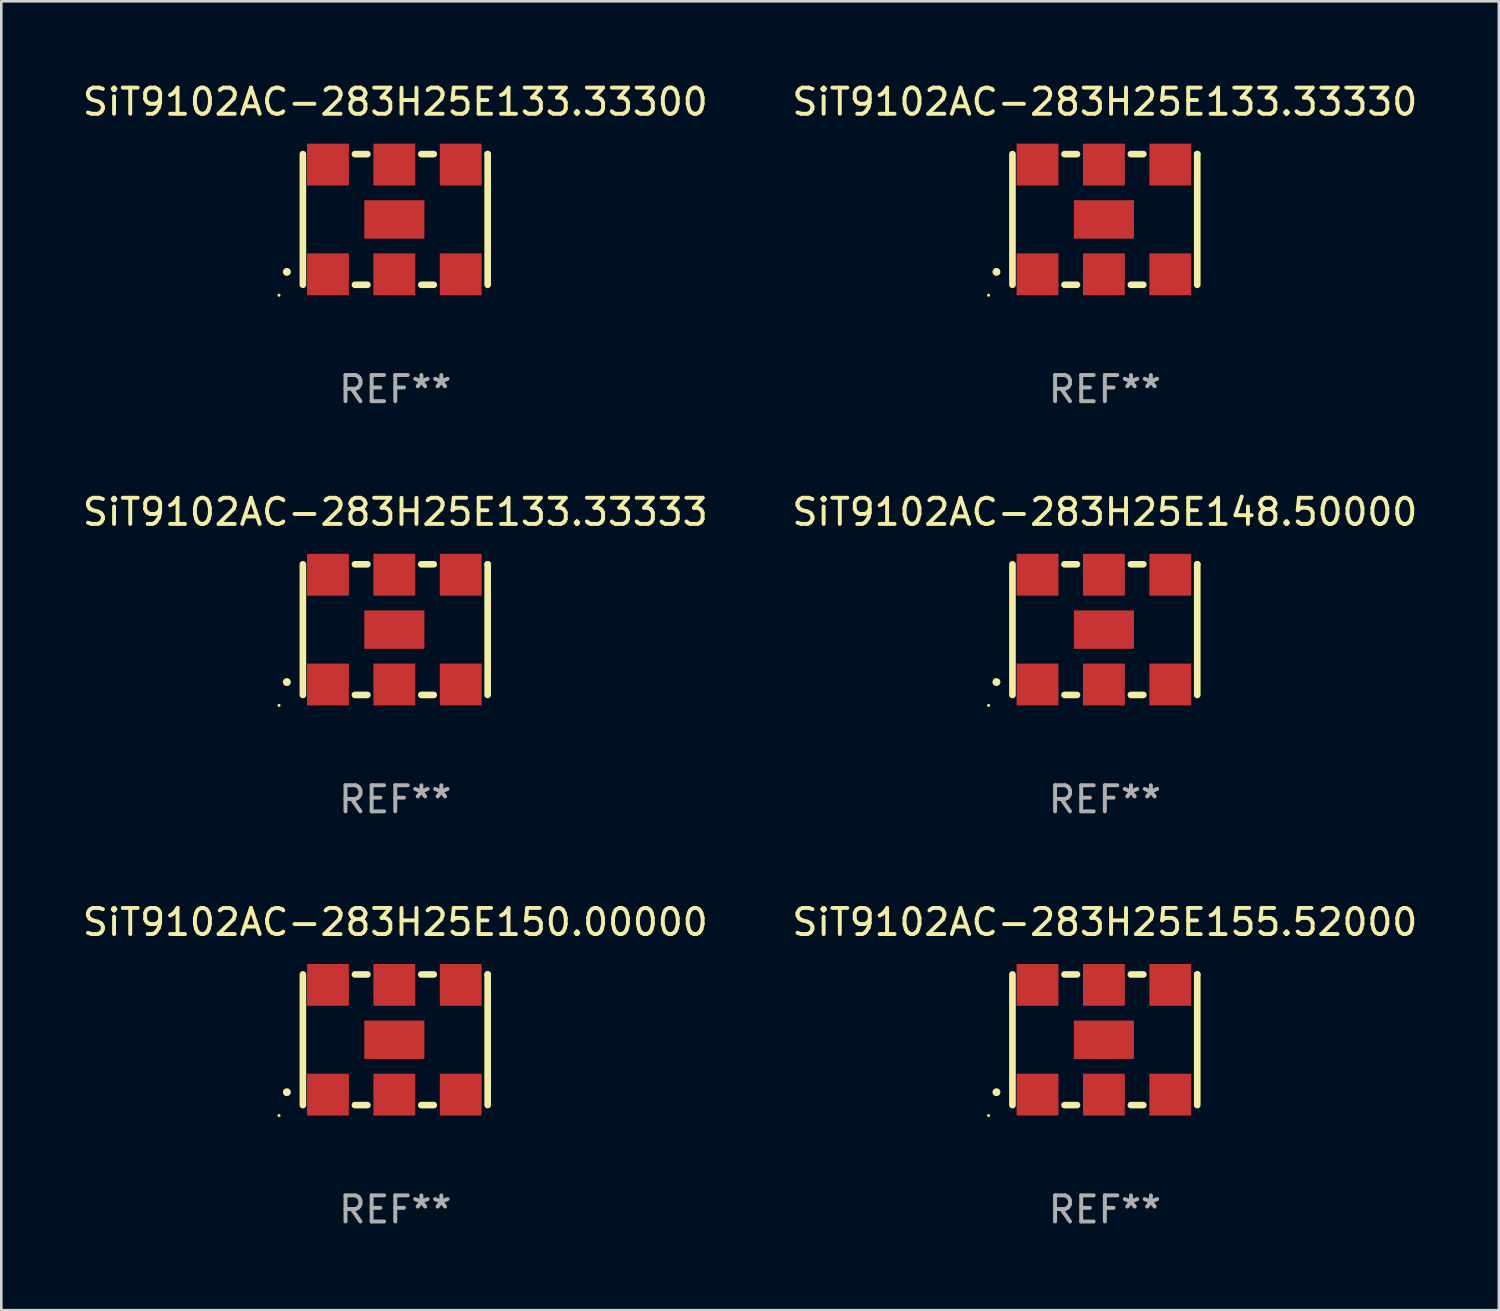
<source format=kicad_pcb>
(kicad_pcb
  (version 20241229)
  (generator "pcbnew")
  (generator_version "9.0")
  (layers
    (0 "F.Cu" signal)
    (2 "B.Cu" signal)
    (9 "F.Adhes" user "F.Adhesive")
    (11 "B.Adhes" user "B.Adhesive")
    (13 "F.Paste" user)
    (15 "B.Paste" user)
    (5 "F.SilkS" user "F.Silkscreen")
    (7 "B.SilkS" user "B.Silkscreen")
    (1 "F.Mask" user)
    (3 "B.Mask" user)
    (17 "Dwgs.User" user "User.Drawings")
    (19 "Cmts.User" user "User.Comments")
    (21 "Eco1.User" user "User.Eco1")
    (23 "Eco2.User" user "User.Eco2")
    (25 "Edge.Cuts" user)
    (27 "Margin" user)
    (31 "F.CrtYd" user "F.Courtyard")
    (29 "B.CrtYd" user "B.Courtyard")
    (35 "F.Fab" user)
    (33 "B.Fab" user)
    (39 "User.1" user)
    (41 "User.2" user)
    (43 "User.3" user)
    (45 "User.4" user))
  (footprint "SiT9102AC-283H25E133.33333"
    (layer "F.Cu")
    (at 12.077 21.045)
    (property "Reference" "SiT9102AC-283H25E133.33333" (at 0 -4.5 0) (layer "F.SilkS") (effects (font (size 1 1) (thickness 0.15))))
    (attr through_hole)
    (fp_line (start -3.536 -2.5) (end -3.536 2.5) (stroke (width 0.254) (type solid)) (layer "F.SilkS"))
    (fp_line (start -1.544 2.5) (end -1.067 2.5) (stroke (width 0.254) (type solid)) (layer "F.SilkS"))
    (fp_line (start -1.067 -2.5) (end -1.544 -2.5) (stroke (width 0.254) (type solid)) (layer "F.SilkS"))
    (fp_line (start 0.996 2.5) (end 1.473 2.5) (stroke (width 0.254) (type solid)) (layer "F.SilkS"))
    (fp_line (start 1.473 -2.5) (end 0.996 -2.5) (stroke (width 0.254) (type solid)) (layer "F.SilkS"))
    (fp_line (start 3.536 -2.5) (end 3.536 -2.5) (stroke (width 0.254) (type solid)) (layer "F.SilkS"))
    (fp_line (start 3.536 2.5) (end 3.536 -2.5) (stroke (width 0.254) (type solid)) (layer "F.SilkS"))
    (fp_arc (start -4.150432 2.006604) (mid -4.149162 2.006599) (end -4.147892 2.006604) (stroke (width 0.3) (type solid)) (layer "F.SilkS"))
    (fp_circle (center -4.449 2.9) (end -4.419 2.9) (stroke (width 0.06) (type solid)) (fill no) (layer "F.SilkS"))
    (fp_text user "REF**" (at 0 6.5 0) (layer "F.Fab") (effects (font (size 1 1) (thickness 0.15))))
    (pad "1" smd rect (at -2.576 2.1) (size 1.6 1.6) (layers "F.Cu" "F.Mask" "F.Paste"))
    (pad "2" smd rect (at -0.036 2.1) (size 1.6 1.6) (layers "F.Cu" "F.Mask" "F.Paste"))
    (pad "3" smd rect (at 2.504 2.1) (size 1.6 1.6) (layers "F.Cu" "F.Mask" "F.Paste"))
    (pad "4" smd rect (at 2.504 -2.1) (size 1.6 1.6) (layers "F.Cu" "F.Mask" "F.Paste"))
    (pad "5" smd rect (at -0.036 -2.1) (size 1.6 1.6) (layers "F.Cu" "F.Mask" "F.Paste"))
    (pad "6" smd rect (at -2.576 -2.1) (size 1.6 1.6) (layers "F.Cu" "F.Mask" "F.Paste"))
    (pad "7" smd rect (at -0.036 0) (size 2.3 1.47) (layers "F.Cu" "F.Mask" "F.Paste")))
  (footprint "SiT9102AC-283H25E133.33300"
    (layer "F.Cu")
    (at 12.077 5.348)
    (property "Reference" "SiT9102AC-283H25E133.33300" (at 0 -4.5 0) (layer "F.SilkS") (effects (font (size 1 1) (thickness 0.15))))
    (attr through_hole)
    (fp_line (start -3.536 -2.5) (end -3.536 2.5) (stroke (width 0.254) (type solid)) (layer "F.SilkS"))
    (fp_line (start -1.544 2.5) (end -1.067 2.5) (stroke (width 0.254) (type solid)) (layer "F.SilkS"))
    (fp_line (start -1.067 -2.5) (end -1.544 -2.5) (stroke (width 0.254) (type solid)) (layer "F.SilkS"))
    (fp_line (start 0.996 2.5) (end 1.473 2.5) (stroke (width 0.254) (type solid)) (layer "F.SilkS"))
    (fp_line (start 1.473 -2.5) (end 0.996 -2.5) (stroke (width 0.254) (type solid)) (layer "F.SilkS"))
    (fp_line (start 3.536 -2.5) (end 3.536 -2.5) (stroke (width 0.254) (type solid)) (layer "F.SilkS"))
    (fp_line (start 3.536 2.5) (end 3.536 -2.5) (stroke (width 0.254) (type solid)) (layer "F.SilkS"))
    (fp_arc (start -4.150432 2.006604) (mid -4.149162 2.006599) (end -4.147892 2.006604) (stroke (width 0.3) (type solid)) (layer "F.SilkS"))
    (fp_circle (center -4.449 2.9) (end -4.419 2.9) (stroke (width 0.06) (type solid)) (fill no) (layer "F.SilkS"))
    (fp_text user "REF**" (at 0 6.5 0) (layer "F.Fab") (effects (font (size 1 1) (thickness 0.15))))
    (pad "1" smd rect (at -2.576 2.1) (size 1.6 1.6) (layers "F.Cu" "F.Mask" "F.Paste"))
    (pad "2" smd rect (at -0.036 2.1) (size 1.6 1.6) (layers "F.Cu" "F.Mask" "F.Paste"))
    (pad "3" smd rect (at 2.504 2.1) (size 1.6 1.6) (layers "F.Cu" "F.Mask" "F.Paste"))
    (pad "4" smd rect (at 2.504 -2.1) (size 1.6 1.6) (layers "F.Cu" "F.Mask" "F.Paste"))
    (pad "5" smd rect (at -0.036 -2.1) (size 1.6 1.6) (layers "F.Cu" "F.Mask" "F.Paste"))
    (pad "6" smd rect (at -2.576 -2.1) (size 1.6 1.6) (layers "F.Cu" "F.Mask" "F.Paste"))
    (pad "7" smd rect (at -0.036 0) (size 2.3 1.47) (layers "F.Cu" "F.Mask" "F.Paste")))
  (footprint "SiT9102AC-283H25E133.33330"
    (layer "F.Cu")
    (at 39.232 5.348)
    (property "Reference" "SiT9102AC-283H25E133.33330" (at 0 -4.5 0) (layer "F.SilkS") (effects (font (size 1 1) (thickness 0.15))))
    (attr through_hole)
    (fp_line (start -3.536 -2.5) (end -3.536 2.5) (stroke (width 0.254) (type solid)) (layer "F.SilkS"))
    (fp_line (start -1.544 2.5) (end -1.067 2.5) (stroke (width 0.254) (type solid)) (layer "F.SilkS"))
    (fp_line (start -1.067 -2.5) (end -1.544 -2.5) (stroke (width 0.254) (type solid)) (layer "F.SilkS"))
    (fp_line (start 0.996 2.5) (end 1.473 2.5) (stroke (width 0.254) (type solid)) (layer "F.SilkS"))
    (fp_line (start 1.473 -2.5) (end 0.996 -2.5) (stroke (width 0.254) (type solid)) (layer "F.SilkS"))
    (fp_line (start 3.536 -2.5) (end 3.536 -2.5) (stroke (width 0.254) (type solid)) (layer "F.SilkS"))
    (fp_line (start 3.536 2.5) (end 3.536 -2.5) (stroke (width 0.254) (type solid)) (layer "F.SilkS"))
    (fp_arc (start -4.150432 2.006604) (mid -4.149162 2.006599) (end -4.147892 2.006604) (stroke (width 0.3) (type solid)) (layer "F.SilkS"))
    (fp_circle (center -4.449 2.9) (end -4.419 2.9) (stroke (width 0.06) (type solid)) (fill no) (layer "F.SilkS"))
    (fp_text user "REF**" (at 0 6.5 0) (layer "F.Fab") (effects (font (size 1 1) (thickness 0.15))))
    (pad "1" smd rect (at -2.576 2.1) (size 1.6 1.6) (layers "F.Cu" "F.Mask" "F.Paste"))
    (pad "2" smd rect (at -0.036 2.1) (size 1.6 1.6) (layers "F.Cu" "F.Mask" "F.Paste"))
    (pad "3" smd rect (at 2.504 2.1) (size 1.6 1.6) (layers "F.Cu" "F.Mask" "F.Paste"))
    (pad "4" smd rect (at 2.504 -2.1) (size 1.6 1.6) (layers "F.Cu" "F.Mask" "F.Paste"))
    (pad "5" smd rect (at -0.036 -2.1) (size 1.6 1.6) (layers "F.Cu" "F.Mask" "F.Paste"))
    (pad "6" smd rect (at -2.576 -2.1) (size 1.6 1.6) (layers "F.Cu" "F.Mask" "F.Paste"))
    (pad "7" smd rect (at -0.036 0) (size 2.3 1.47) (layers "F.Cu" "F.Mask" "F.Paste")))
  (footprint "SiT9102AC-283H25E155.52000"
    (layer "F.Cu")
    (at 39.232 36.741)
    (property "Reference" "SiT9102AC-283H25E155.52000" (at 0 -4.5 0) (layer "F.SilkS") (effects (font (size 1 1) (thickness 0.15))))
    (attr through_hole)
    (fp_line (start -3.536 -2.5) (end -3.536 2.5) (stroke (width 0.254) (type solid)) (layer "F.SilkS"))
    (fp_line (start -1.544 2.5) (end -1.067 2.5) (stroke (width 0.254) (type solid)) (layer "F.SilkS"))
    (fp_line (start -1.067 -2.5) (end -1.544 -2.5) (stroke (width 0.254) (type solid)) (layer "F.SilkS"))
    (fp_line (start 0.996 2.5) (end 1.473 2.5) (stroke (width 0.254) (type solid)) (layer "F.SilkS"))
    (fp_line (start 1.473 -2.5) (end 0.996 -2.5) (stroke (width 0.254) (type solid)) (layer "F.SilkS"))
    (fp_line (start 3.536 -2.5) (end 3.536 -2.5) (stroke (width 0.254) (type solid)) (layer "F.SilkS"))
    (fp_line (start 3.536 2.5) (end 3.536 -2.5) (stroke (width 0.254) (type solid)) (layer "F.SilkS"))
    (fp_arc (start -4.150432 2.006604) (mid -4.149162 2.006599) (end -4.147892 2.006604) (stroke (width 0.3) (type solid)) (layer "F.SilkS"))
    (fp_circle (center -4.449 2.9) (end -4.419 2.9) (stroke (width 0.06) (type solid)) (fill no) (layer "F.SilkS"))
    (fp_text user "REF**" (at 0 6.5 0) (layer "F.Fab") (effects (font (size 1 1) (thickness 0.15))))
    (pad "1" smd rect (at -2.576 2.1) (size 1.6 1.6) (layers "F.Cu" "F.Mask" "F.Paste"))
    (pad "2" smd rect (at -0.036 2.1) (size 1.6 1.6) (layers "F.Cu" "F.Mask" "F.Paste"))
    (pad "3" smd rect (at 2.504 2.1) (size 1.6 1.6) (layers "F.Cu" "F.Mask" "F.Paste"))
    (pad "4" smd rect (at 2.504 -2.1) (size 1.6 1.6) (layers "F.Cu" "F.Mask" "F.Paste"))
    (pad "5" smd rect (at -0.036 -2.1) (size 1.6 1.6) (layers "F.Cu" "F.Mask" "F.Paste"))
    (pad "6" smd rect (at -2.576 -2.1) (size 1.6 1.6) (layers "F.Cu" "F.Mask" "F.Paste"))
    (pad "7" smd rect (at -0.036 0) (size 2.3 1.47) (layers "F.Cu" "F.Mask" "F.Paste")))
  (footprint "SiT9102AC-283H25E148.50000"
    (layer "F.Cu")
    (at 39.232 21.045)
    (property "Reference" "SiT9102AC-283H25E148.50000" (at 0 -4.5 0) (layer "F.SilkS") (effects (font (size 1 1) (thickness 0.15))))
    (attr through_hole)
    (fp_line (start -3.536 -2.5) (end -3.536 2.5) (stroke (width 0.254) (type solid)) (layer "F.SilkS"))
    (fp_line (start -1.544 2.5) (end -1.067 2.5) (stroke (width 0.254) (type solid)) (layer "F.SilkS"))
    (fp_line (start -1.067 -2.5) (end -1.544 -2.5) (stroke (width 0.254) (type solid)) (layer "F.SilkS"))
    (fp_line (start 0.996 2.5) (end 1.473 2.5) (stroke (width 0.254) (type solid)) (layer "F.SilkS"))
    (fp_line (start 1.473 -2.5) (end 0.996 -2.5) (stroke (width 0.254) (type solid)) (layer "F.SilkS"))
    (fp_line (start 3.536 -2.5) (end 3.536 -2.5) (stroke (width 0.254) (type solid)) (layer "F.SilkS"))
    (fp_line (start 3.536 2.5) (end 3.536 -2.5) (stroke (width 0.254) (type solid)) (layer "F.SilkS"))
    (fp_arc (start -4.150432 2.006604) (mid -4.149162 2.006599) (end -4.147892 2.006604) (stroke (width 0.3) (type solid)) (layer "F.SilkS"))
    (fp_circle (center -4.449 2.9) (end -4.419 2.9) (stroke (width 0.06) (type solid)) (fill no) (layer "F.SilkS"))
    (fp_text user "REF**" (at 0 6.5 0) (layer "F.Fab") (effects (font (size 1 1) (thickness 0.15))))
    (pad "1" smd rect (at -2.576 2.1) (size 1.6 1.6) (layers "F.Cu" "F.Mask" "F.Paste"))
    (pad "2" smd rect (at -0.036 2.1) (size 1.6 1.6) (layers "F.Cu" "F.Mask" "F.Paste"))
    (pad "3" smd rect (at 2.504 2.1) (size 1.6 1.6) (layers "F.Cu" "F.Mask" "F.Paste"))
    (pad "4" smd rect (at 2.504 -2.1) (size 1.6 1.6) (layers "F.Cu" "F.Mask" "F.Paste"))
    (pad "5" smd rect (at -0.036 -2.1) (size 1.6 1.6) (layers "F.Cu" "F.Mask" "F.Paste"))
    (pad "6" smd rect (at -2.576 -2.1) (size 1.6 1.6) (layers "F.Cu" "F.Mask" "F.Paste"))
    (pad "7" smd rect (at -0.036 0) (size 2.3 1.47) (layers "F.Cu" "F.Mask" "F.Paste")))
  (footprint "SiT9102AC-283H25E150.00000"
    (layer "F.Cu")
    (at 12.077 36.741)
    (property "Reference" "SiT9102AC-283H25E150.00000" (at 0 -4.5 0) (layer "F.SilkS") (effects (font (size 1 1) (thickness 0.15))))
    (attr through_hole)
    (fp_line (start -3.536 -2.5) (end -3.536 2.5) (stroke (width 0.254) (type solid)) (layer "F.SilkS"))
    (fp_line (start -1.544 2.5) (end -1.067 2.5) (stroke (width 0.254) (type solid)) (layer "F.SilkS"))
    (fp_line (start -1.067 -2.5) (end -1.544 -2.5) (stroke (width 0.254) (type solid)) (layer "F.SilkS"))
    (fp_line (start 0.996 2.5) (end 1.473 2.5) (stroke (width 0.254) (type solid)) (layer "F.SilkS"))
    (fp_line (start 1.473 -2.5) (end 0.996 -2.5) (stroke (width 0.254) (type solid)) (layer "F.SilkS"))
    (fp_line (start 3.536 -2.5) (end 3.536 -2.5) (stroke (width 0.254) (type solid)) (layer "F.SilkS"))
    (fp_line (start 3.536 2.5) (end 3.536 -2.5) (stroke (width 0.254) (type solid)) (layer "F.SilkS"))
    (fp_arc (start -4.150432 2.006604) (mid -4.149162 2.006599) (end -4.147892 2.006604) (stroke (width 0.3) (type solid)) (layer "F.SilkS"))
    (fp_circle (center -4.449 2.9) (end -4.419 2.9) (stroke (width 0.06) (type solid)) (fill no) (layer "F.SilkS"))
    (fp_text user "REF**" (at 0 6.5 0) (layer "F.Fab") (effects (font (size 1 1) (thickness 0.15))))
    (pad "1" smd rect (at -2.576 2.1) (size 1.6 1.6) (layers "F.Cu" "F.Mask" "F.Paste"))
    (pad "2" smd rect (at -0.036 2.1) (size 1.6 1.6) (layers "F.Cu" "F.Mask" "F.Paste"))
    (pad "3" smd rect (at 2.504 2.1) (size 1.6 1.6) (layers "F.Cu" "F.Mask" "F.Paste"))
    (pad "4" smd rect (at 2.504 -2.1) (size 1.6 1.6) (layers "F.Cu" "F.Mask" "F.Paste"))
    (pad "5" smd rect (at -0.036 -2.1) (size 1.6 1.6) (layers "F.Cu" "F.Mask" "F.Paste"))
    (pad "6" smd rect (at -2.576 -2.1) (size 1.6 1.6) (layers "F.Cu" "F.Mask" "F.Paste"))
    (pad "7" smd rect (at -0.036 0) (size 2.3 1.47) (layers "F.Cu" "F.Mask" "F.Paste")))
  (gr_rect
    (start -3 -3)
    (end 54.31 47.09)
    (stroke (width 0.1) (type default))
    (fill no)
    (layer "Edge.Cuts")))
</source>
